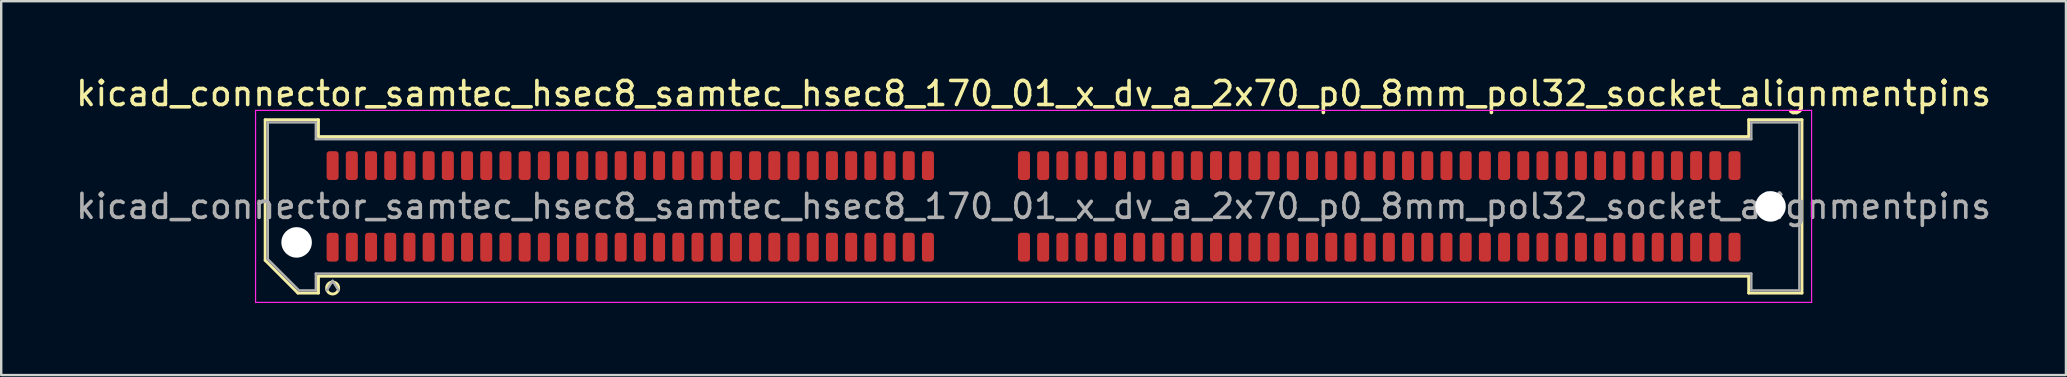
<source format=kicad_pcb>
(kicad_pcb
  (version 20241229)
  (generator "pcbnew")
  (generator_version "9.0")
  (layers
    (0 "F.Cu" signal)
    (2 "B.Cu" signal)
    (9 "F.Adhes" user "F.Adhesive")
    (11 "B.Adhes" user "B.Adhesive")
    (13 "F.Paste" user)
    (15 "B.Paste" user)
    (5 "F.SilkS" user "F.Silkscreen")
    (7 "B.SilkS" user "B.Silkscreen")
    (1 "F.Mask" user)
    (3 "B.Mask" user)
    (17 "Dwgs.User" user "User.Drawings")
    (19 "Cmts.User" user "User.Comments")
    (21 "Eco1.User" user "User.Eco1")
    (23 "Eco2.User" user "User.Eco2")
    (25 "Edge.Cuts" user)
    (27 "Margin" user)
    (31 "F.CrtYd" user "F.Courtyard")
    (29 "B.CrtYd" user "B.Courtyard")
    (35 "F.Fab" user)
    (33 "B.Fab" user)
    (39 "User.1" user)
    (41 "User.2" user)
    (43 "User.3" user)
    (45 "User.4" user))
  (footprint "kicad_connector_samtec_hsec8_samtec_hsec8_170_01_x_dv_a_2x70_p0_8mm_pol32_socket_alignmentpins"
    (layer "F.Cu")
    (at 40.006 5.548)
    (property "Reference" "kicad_connector_samtec_hsec8_samtec_hsec8_170_01_x_dv_a_2x70_p0_8mm_pol32_socket_alignmentpins" (at 0 -4.7 0) (layer "F.SilkS") (effects (font (size 1 1) (thickness 0.15))))
    (attr smd)
    (fp_line (start -32.01 -3.61) (end -29.79 -3.61) (stroke (width 0.12) (type solid)) (layer "F.SilkS"))
    (fp_line (start -32.01 2.246) (end -32.01 -3.61) (stroke (width 0.12) (type solid)) (layer "F.SilkS"))
    (fp_line (start -30.646 3.61) (end -32.01 2.246) (stroke (width 0.12) (type solid)) (layer "F.SilkS"))
    (fp_line (start -29.79 -3.61) (end -29.79 -2.91) (stroke (width 0.12) (type solid)) (layer "F.SilkS"))
    (fp_line (start -29.79 -2.91) (end 29.79 -2.91) (stroke (width 0.12) (type solid)) (layer "F.SilkS"))
    (fp_line (start -29.79 2.91) (end -29.79 3.61) (stroke (width 0.12) (type solid)) (layer "F.SilkS"))
    (fp_line (start -29.79 3.61) (end -30.646 3.61) (stroke (width 0.12) (type solid)) (layer "F.SilkS"))
    (fp_line (start 29.79 -3.61) (end 32.01 -3.61) (stroke (width 0.12) (type solid)) (layer "F.SilkS"))
    (fp_line (start 29.79 -2.91) (end 29.79 -3.61) (stroke (width 0.12) (type solid)) (layer "F.SilkS"))
    (fp_line (start 29.79 2.91) (end -29.79 2.91) (stroke (width 0.12) (type solid)) (layer "F.SilkS"))
    (fp_line (start 29.79 3.61) (end 29.79 2.91) (stroke (width 0.12) (type solid)) (layer "F.SilkS"))
    (fp_line (start 32.01 -3.61) (end 32.01 3.61) (stroke (width 0.12) (type solid)) (layer "F.SilkS"))
    (fp_line (start 32.01 3.61) (end 29.79 3.61) (stroke (width 0.12) (type solid)) (layer "F.SilkS"))
    (fp_arc (start -28.95 3.4) (mid -29.45 3.4) (end -28.95 3.4) (stroke (width 0.12) (type solid)) (layer "F.SilkS"))
    (fp_line (start -32.41 -4) (end -32.41 4) (stroke (width 0.05) (type solid)) (layer "F.CrtYd"))
    (fp_line (start -32.41 4) (end 32.41 4) (stroke (width 0.05) (type solid)) (layer "F.CrtYd"))
    (fp_line (start 32.41 -4) (end -32.41 -4) (stroke (width 0.05) (type solid)) (layer "F.CrtYd"))
    (fp_line (start 32.41 4) (end 32.41 -4) (stroke (width 0.05) (type solid)) (layer "F.CrtYd"))
    (fp_line (start -31.9 -3.5) (end -29.9 -3.5) (stroke (width 0.1) (type solid)) (layer "F.Fab"))
    (fp_line (start -31.9 2.2) (end -31.9 -3.5) (stroke (width 0.1) (type solid)) (layer "F.Fab"))
    (fp_line (start -30.6 3.5) (end -31.9 2.2) (stroke (width 0.1) (type solid)) (layer "F.Fab"))
    (fp_line (start -29.9 -3.5) (end -29.9 -2.8) (stroke (width 0.1) (type solid)) (layer "F.Fab"))
    (fp_line (start -29.9 -2.8) (end 29.9 -2.8) (stroke (width 0.1) (type solid)) (layer "F.Fab"))
    (fp_line (start -29.9 2.8) (end -29.9 3.5) (stroke (width 0.1) (type solid)) (layer "F.Fab"))
    (fp_line (start -29.9 3.5) (end -30.6 3.5) (stroke (width 0.1) (type solid)) (layer "F.Fab"))
    (fp_line (start -29.2 3.1) (end -29.45 3.5) (stroke (width 0.1) (type solid)) (layer "F.Fab"))
    (fp_line (start -29.2 3.1) (end -28.95 3.5) (stroke (width 0.1) (type solid)) (layer "F.Fab"))
    (fp_line (start 29.9 -3.5) (end 31.9 -3.5) (stroke (width 0.1) (type solid)) (layer "F.Fab"))
    (fp_line (start 29.9 -2.8) (end 29.9 -3.5) (stroke (width 0.1) (type solid)) (layer "F.Fab"))
    (fp_line (start 29.9 2.8) (end -29.9 2.8) (stroke (width 0.1) (type solid)) (layer "F.Fab"))
    (fp_line (start 29.9 3.5) (end 29.9 2.8) (stroke (width 0.1) (type solid)) (layer "F.Fab"))
    (fp_line (start 31.9 -3.5) (end 31.9 3.5) (stroke (width 0.1) (type solid)) (layer "F.Fab"))
    (fp_line (start 31.9 3.5) (end 29.9 3.5) (stroke (width 0.1) (type solid)) (layer "F.Fab"))
    (fp_text user "${REFERENCE}" (at 0 0 0) (layer "F.Fab") (effects (font (size 1 1) (thickness 0.15))))
    (pad "" np_thru_hole circle (at -30.7 1.5) (size 1.27 1.27) (drill 1.27) (layers "*.Cu" "*.Mask"))
    (pad "" np_thru_hole circle (at 30.7 0) (size 1.27 1.27) (drill 1.27) (layers "*.Cu" "*.Mask"))
    (pad "1" smd roundrect (at -29.2 1.7) (size 0.5 1.2) (layers "F.Cu" "F.Mask" "F.Paste") (roundrect_rratio 0.25))
    (pad "2" smd roundrect (at -29.2 -1.7) (size 0.5 1.2) (layers "F.Cu" "F.Mask" "F.Paste") (roundrect_rratio 0.25))
    (pad "3" smd roundrect (at -28.4 1.7) (size 0.5 1.2) (layers "F.Cu" "F.Mask" "F.Paste") (roundrect_rratio 0.25))
    (pad "4" smd roundrect (at -28.4 -1.7) (size 0.5 1.2) (layers "F.Cu" "F.Mask" "F.Paste") (roundrect_rratio 0.25))
    (pad "5" smd roundrect (at -27.6 1.7) (size 0.5 1.2) (layers "F.Cu" "F.Mask" "F.Paste") (roundrect_rratio 0.25))
    (pad "6" smd roundrect (at -27.6 -1.7) (size 0.5 1.2) (layers "F.Cu" "F.Mask" "F.Paste") (roundrect_rratio 0.25))
    (pad "7" smd roundrect (at -26.8 1.7) (size 0.5 1.2) (layers "F.Cu" "F.Mask" "F.Paste") (roundrect_rratio 0.25))
    (pad "8" smd roundrect (at -26.8 -1.7) (size 0.5 1.2) (layers "F.Cu" "F.Mask" "F.Paste") (roundrect_rratio 0.25))
    (pad "9" smd roundrect (at -26 1.7) (size 0.5 1.2) (layers "F.Cu" "F.Mask" "F.Paste") (roundrect_rratio 0.25))
    (pad "10" smd roundrect (at -26 -1.7) (size 0.5 1.2) (layers "F.Cu" "F.Mask" "F.Paste") (roundrect_rratio 0.25))
    (pad "11" smd roundrect (at -25.2 1.7) (size 0.5 1.2) (layers "F.Cu" "F.Mask" "F.Paste") (roundrect_rratio 0.25))
    (pad "12" smd roundrect (at -25.2 -1.7) (size 0.5 1.2) (layers "F.Cu" "F.Mask" "F.Paste") (roundrect_rratio 0.25))
    (pad "13" smd roundrect (at -24.4 1.7) (size 0.5 1.2) (layers "F.Cu" "F.Mask" "F.Paste") (roundrect_rratio 0.25))
    (pad "14" smd roundrect (at -24.4 -1.7) (size 0.5 1.2) (layers "F.Cu" "F.Mask" "F.Paste") (roundrect_rratio 0.25))
    (pad "15" smd roundrect (at -23.6 1.7) (size 0.5 1.2) (layers "F.Cu" "F.Mask" "F.Paste") (roundrect_rratio 0.25))
    (pad "16" smd roundrect (at -23.6 -1.7) (size 0.5 1.2) (layers "F.Cu" "F.Mask" "F.Paste") (roundrect_rratio 0.25))
    (pad "17" smd roundrect (at -22.8 1.7) (size 0.5 1.2) (layers "F.Cu" "F.Mask" "F.Paste") (roundrect_rratio 0.25))
    (pad "18" smd roundrect (at -22.8 -1.7) (size 0.5 1.2) (layers "F.Cu" "F.Mask" "F.Paste") (roundrect_rratio 0.25))
    (pad "19" smd roundrect (at -22 1.7) (size 0.5 1.2) (layers "F.Cu" "F.Mask" "F.Paste") (roundrect_rratio 0.25))
    (pad "20" smd roundrect (at -22 -1.7) (size 0.5 1.2) (layers "F.Cu" "F.Mask" "F.Paste") (roundrect_rratio 0.25))
    (pad "21" smd roundrect (at -21.2 1.7) (size 0.5 1.2) (layers "F.Cu" "F.Mask" "F.Paste") (roundrect_rratio 0.25))
    (pad "22" smd roundrect (at -21.2 -1.7) (size 0.5 1.2) (layers "F.Cu" "F.Mask" "F.Paste") (roundrect_rratio 0.25))
    (pad "23" smd roundrect (at -20.4 1.7) (size 0.5 1.2) (layers "F.Cu" "F.Mask" "F.Paste") (roundrect_rratio 0.25))
    (pad "24" smd roundrect (at -20.4 -1.7) (size 0.5 1.2) (layers "F.Cu" "F.Mask" "F.Paste") (roundrect_rratio 0.25))
    (pad "25" smd roundrect (at -19.6 1.7) (size 0.5 1.2) (layers "F.Cu" "F.Mask" "F.Paste") (roundrect_rratio 0.25))
    (pad "26" smd roundrect (at -19.6 -1.7) (size 0.5 1.2) (layers "F.Cu" "F.Mask" "F.Paste") (roundrect_rratio 0.25))
    (pad "27" smd roundrect (at -18.8 1.7) (size 0.5 1.2) (layers "F.Cu" "F.Mask" "F.Paste") (roundrect_rratio 0.25))
    (pad "28" smd roundrect (at -18.8 -1.7) (size 0.5 1.2) (layers "F.Cu" "F.Mask" "F.Paste") (roundrect_rratio 0.25))
    (pad "29" smd roundrect (at -18 1.7) (size 0.5 1.2) (layers "F.Cu" "F.Mask" "F.Paste") (roundrect_rratio 0.25))
    (pad "30" smd roundrect (at -18 -1.7) (size 0.5 1.2) (layers "F.Cu" "F.Mask" "F.Paste") (roundrect_rratio 0.25))
    (pad "31" smd roundrect (at -17.2 1.7) (size 0.5 1.2) (layers "F.Cu" "F.Mask" "F.Paste") (roundrect_rratio 0.25))
    (pad "32" smd roundrect (at -17.2 -1.7) (size 0.5 1.2) (layers "F.Cu" "F.Mask" "F.Paste") (roundrect_rratio 0.25))
    (pad "33" smd roundrect (at -16.4 1.7) (size 0.5 1.2) (layers "F.Cu" "F.Mask" "F.Paste") (roundrect_rratio 0.25))
    (pad "34" smd roundrect (at -16.4 -1.7) (size 0.5 1.2) (layers "F.Cu" "F.Mask" "F.Paste") (roundrect_rratio 0.25))
    (pad "35" smd roundrect (at -15.6 1.7) (size 0.5 1.2) (layers "F.Cu" "F.Mask" "F.Paste") (roundrect_rratio 0.25))
    (pad "36" smd roundrect (at -15.6 -1.7) (size 0.5 1.2) (layers "F.Cu" "F.Mask" "F.Paste") (roundrect_rratio 0.25))
    (pad "37" smd roundrect (at -14.8 1.7) (size 0.5 1.2) (layers "F.Cu" "F.Mask" "F.Paste") (roundrect_rratio 0.25))
    (pad "38" smd roundrect (at -14.8 -1.7) (size 0.5 1.2) (layers "F.Cu" "F.Mask" "F.Paste") (roundrect_rratio 0.25))
    (pad "39" smd roundrect (at -14 1.7) (size 0.5 1.2) (layers "F.Cu" "F.Mask" "F.Paste") (roundrect_rratio 0.25))
    (pad "40" smd roundrect (at -14 -1.7) (size 0.5 1.2) (layers "F.Cu" "F.Mask" "F.Paste") (roundrect_rratio 0.25))
    (pad "41" smd roundrect (at -13.2 1.7) (size 0.5 1.2) (layers "F.Cu" "F.Mask" "F.Paste") (roundrect_rratio 0.25))
    (pad "42" smd roundrect (at -13.2 -1.7) (size 0.5 1.2) (layers "F.Cu" "F.Mask" "F.Paste") (roundrect_rratio 0.25))
    (pad "43" smd roundrect (at -12.4 1.7) (size 0.5 1.2) (layers "F.Cu" "F.Mask" "F.Paste") (roundrect_rratio 0.25))
    (pad "44" smd roundrect (at -12.4 -1.7) (size 0.5 1.2) (layers "F.Cu" "F.Mask" "F.Paste") (roundrect_rratio 0.25))
    (pad "45" smd roundrect (at -11.6 1.7) (size 0.5 1.2) (layers "F.Cu" "F.Mask" "F.Paste") (roundrect_rratio 0.25))
    (pad "46" smd roundrect (at -11.6 -1.7) (size 0.5 1.2) (layers "F.Cu" "F.Mask" "F.Paste") (roundrect_rratio 0.25))
    (pad "47" smd roundrect (at -10.8 1.7) (size 0.5 1.2) (layers "F.Cu" "F.Mask" "F.Paste") (roundrect_rratio 0.25))
    (pad "48" smd roundrect (at -10.8 -1.7) (size 0.5 1.2) (layers "F.Cu" "F.Mask" "F.Paste") (roundrect_rratio 0.25))
    (pad "49" smd roundrect (at -10 1.7) (size 0.5 1.2) (layers "F.Cu" "F.Mask" "F.Paste") (roundrect_rratio 0.25))
    (pad "50" smd roundrect (at -10 -1.7) (size 0.5 1.2) (layers "F.Cu" "F.Mask" "F.Paste") (roundrect_rratio 0.25))
    (pad "51" smd roundrect (at -9.2 1.7) (size 0.5 1.2) (layers "F.Cu" "F.Mask" "F.Paste") (roundrect_rratio 0.25))
    (pad "52" smd roundrect (at -9.2 -1.7) (size 0.5 1.2) (layers "F.Cu" "F.Mask" "F.Paste") (roundrect_rratio 0.25))
    (pad "53" smd roundrect (at -8.4 1.7) (size 0.5 1.2) (layers "F.Cu" "F.Mask" "F.Paste") (roundrect_rratio 0.25))
    (pad "54" smd roundrect (at -8.4 -1.7) (size 0.5 1.2) (layers "F.Cu" "F.Mask" "F.Paste") (roundrect_rratio 0.25))
    (pad "55" smd roundrect (at -7.6 1.7) (size 0.5 1.2) (layers "F.Cu" "F.Mask" "F.Paste") (roundrect_rratio 0.25))
    (pad "56" smd roundrect (at -7.6 -1.7) (size 0.5 1.2) (layers "F.Cu" "F.Mask" "F.Paste") (roundrect_rratio 0.25))
    (pad "57" smd roundrect (at -6.8 1.7) (size 0.5 1.2) (layers "F.Cu" "F.Mask" "F.Paste") (roundrect_rratio 0.25))
    (pad "58" smd roundrect (at -6.8 -1.7) (size 0.5 1.2) (layers "F.Cu" "F.Mask" "F.Paste") (roundrect_rratio 0.25))
    (pad "59" smd roundrect (at -6 1.7) (size 0.5 1.2) (layers "F.Cu" "F.Mask" "F.Paste") (roundrect_rratio 0.25))
    (pad "60" smd roundrect (at -6 -1.7) (size 0.5 1.2) (layers "F.Cu" "F.Mask" "F.Paste") (roundrect_rratio 0.25))
    (pad "61" smd roundrect (at -5.2 1.7) (size 0.5 1.2) (layers "F.Cu" "F.Mask" "F.Paste") (roundrect_rratio 0.25))
    (pad "62" smd roundrect (at -5.2 -1.7) (size 0.5 1.2) (layers "F.Cu" "F.Mask" "F.Paste") (roundrect_rratio 0.25))
    (pad "63" smd roundrect (at -4.4 1.7) (size 0.5 1.2) (layers "F.Cu" "F.Mask" "F.Paste") (roundrect_rratio 0.25))
    (pad "64" smd roundrect (at -4.4 -1.7) (size 0.5 1.2) (layers "F.Cu" "F.Mask" "F.Paste") (roundrect_rratio 0.25))
    (pad "65" smd roundrect (at -0.4 1.7) (size 0.5 1.2) (layers "F.Cu" "F.Mask" "F.Paste") (roundrect_rratio 0.25))
    (pad "66" smd roundrect (at -0.4 -1.7) (size 0.5 1.2) (layers "F.Cu" "F.Mask" "F.Paste") (roundrect_rratio 0.25))
    (pad "67" smd roundrect (at 0.4 1.7) (size 0.5 1.2) (layers "F.Cu" "F.Mask" "F.Paste") (roundrect_rratio 0.25))
    (pad "68" smd roundrect (at 0.4 -1.7) (size 0.5 1.2) (layers "F.Cu" "F.Mask" "F.Paste") (roundrect_rratio 0.25))
    (pad "69" smd roundrect (at 1.2 1.7) (size 0.5 1.2) (layers "F.Cu" "F.Mask" "F.Paste") (roundrect_rratio 0.25))
    (pad "70" smd roundrect (at 1.2 -1.7) (size 0.5 1.2) (layers "F.Cu" "F.Mask" "F.Paste") (roundrect_rratio 0.25))
    (pad "71" smd roundrect (at 2 1.7) (size 0.5 1.2) (layers "F.Cu" "F.Mask" "F.Paste") (roundrect_rratio 0.25))
    (pad "72" smd roundrect (at 2 -1.7) (size 0.5 1.2) (layers "F.Cu" "F.Mask" "F.Paste") (roundrect_rratio 0.25))
    (pad "73" smd roundrect (at 2.8 1.7) (size 0.5 1.2) (layers "F.Cu" "F.Mask" "F.Paste") (roundrect_rratio 0.25))
    (pad "74" smd roundrect (at 2.8 -1.7) (size 0.5 1.2) (layers "F.Cu" "F.Mask" "F.Paste") (roundrect_rratio 0.25))
    (pad "75" smd roundrect (at 3.6 1.7) (size 0.5 1.2) (layers "F.Cu" "F.Mask" "F.Paste") (roundrect_rratio 0.25))
    (pad "76" smd roundrect (at 3.6 -1.7) (size 0.5 1.2) (layers "F.Cu" "F.Mask" "F.Paste") (roundrect_rratio 0.25))
    (pad "77" smd roundrect (at 4.4 1.7) (size 0.5 1.2) (layers "F.Cu" "F.Mask" "F.Paste") (roundrect_rratio 0.25))
    (pad "78" smd roundrect (at 4.4 -1.7) (size 0.5 1.2) (layers "F.Cu" "F.Mask" "F.Paste") (roundrect_rratio 0.25))
    (pad "79" smd roundrect (at 5.2 1.7) (size 0.5 1.2) (layers "F.Cu" "F.Mask" "F.Paste") (roundrect_rratio 0.25))
    (pad "80" smd roundrect (at 5.2 -1.7) (size 0.5 1.2) (layers "F.Cu" "F.Mask" "F.Paste") (roundrect_rratio 0.25))
    (pad "81" smd roundrect (at 6 1.7) (size 0.5 1.2) (layers "F.Cu" "F.Mask" "F.Paste") (roundrect_rratio 0.25))
    (pad "82" smd roundrect (at 6 -1.7) (size 0.5 1.2) (layers "F.Cu" "F.Mask" "F.Paste") (roundrect_rratio 0.25))
    (pad "83" smd roundrect (at 6.8 1.7) (size 0.5 1.2) (layers "F.Cu" "F.Mask" "F.Paste") (roundrect_rratio 0.25))
    (pad "84" smd roundrect (at 6.8 -1.7) (size 0.5 1.2) (layers "F.Cu" "F.Mask" "F.Paste") (roundrect_rratio 0.25))
    (pad "85" smd roundrect (at 7.6 1.7) (size 0.5 1.2) (layers "F.Cu" "F.Mask" "F.Paste") (roundrect_rratio 0.25))
    (pad "86" smd roundrect (at 7.6 -1.7) (size 0.5 1.2) (layers "F.Cu" "F.Mask" "F.Paste") (roundrect_rratio 0.25))
    (pad "87" smd roundrect (at 8.4 1.7) (size 0.5 1.2) (layers "F.Cu" "F.Mask" "F.Paste") (roundrect_rratio 0.25))
    (pad "88" smd roundrect (at 8.4 -1.7) (size 0.5 1.2) (layers "F.Cu" "F.Mask" "F.Paste") (roundrect_rratio 0.25))
    (pad "89" smd roundrect (at 9.2 1.7) (size 0.5 1.2) (layers "F.Cu" "F.Mask" "F.Paste") (roundrect_rratio 0.25))
    (pad "90" smd roundrect (at 9.2 -1.7) (size 0.5 1.2) (layers "F.Cu" "F.Mask" "F.Paste") (roundrect_rratio 0.25))
    (pad "91" smd roundrect (at 10 1.7) (size 0.5 1.2) (layers "F.Cu" "F.Mask" "F.Paste") (roundrect_rratio 0.25))
    (pad "92" smd roundrect (at 10 -1.7) (size 0.5 1.2) (layers "F.Cu" "F.Mask" "F.Paste") (roundrect_rratio 0.25))
    (pad "93" smd roundrect (at 10.8 1.7) (size 0.5 1.2) (layers "F.Cu" "F.Mask" "F.Paste") (roundrect_rratio 0.25))
    (pad "94" smd roundrect (at 10.8 -1.7) (size 0.5 1.2) (layers "F.Cu" "F.Mask" "F.Paste") (roundrect_rratio 0.25))
    (pad "95" smd roundrect (at 11.6 1.7) (size 0.5 1.2) (layers "F.Cu" "F.Mask" "F.Paste") (roundrect_rratio 0.25))
    (pad "96" smd roundrect (at 11.6 -1.7) (size 0.5 1.2) (layers "F.Cu" "F.Mask" "F.Paste") (roundrect_rratio 0.25))
    (pad "97" smd roundrect (at 12.4 1.7) (size 0.5 1.2) (layers "F.Cu" "F.Mask" "F.Paste") (roundrect_rratio 0.25))
    (pad "98" smd roundrect (at 12.4 -1.7) (size 0.5 1.2) (layers "F.Cu" "F.Mask" "F.Paste") (roundrect_rratio 0.25))
    (pad "99" smd roundrect (at 13.2 1.7) (size 0.5 1.2) (layers "F.Cu" "F.Mask" "F.Paste") (roundrect_rratio 0.25))
    (pad "100" smd roundrect (at 13.2 -1.7) (size 0.5 1.2) (layers "F.Cu" "F.Mask" "F.Paste") (roundrect_rratio 0.25))
    (pad "101" smd roundrect (at 14 1.7) (size 0.5 1.2) (layers "F.Cu" "F.Mask" "F.Paste") (roundrect_rratio 0.25))
    (pad "102" smd roundrect (at 14 -1.7) (size 0.5 1.2) (layers "F.Cu" "F.Mask" "F.Paste") (roundrect_rratio 0.25))
    (pad "103" smd roundrect (at 14.8 1.7) (size 0.5 1.2) (layers "F.Cu" "F.Mask" "F.Paste") (roundrect_rratio 0.25))
    (pad "104" smd roundrect (at 14.8 -1.7) (size 0.5 1.2) (layers "F.Cu" "F.Mask" "F.Paste") (roundrect_rratio 0.25))
    (pad "105" smd roundrect (at 15.6 1.7) (size 0.5 1.2) (layers "F.Cu" "F.Mask" "F.Paste") (roundrect_rratio 0.25))
    (pad "106" smd roundrect (at 15.6 -1.7) (size 0.5 1.2) (layers "F.Cu" "F.Mask" "F.Paste") (roundrect_rratio 0.25))
    (pad "107" smd roundrect (at 16.4 1.7) (size 0.5 1.2) (layers "F.Cu" "F.Mask" "F.Paste") (roundrect_rratio 0.25))
    (pad "108" smd roundrect (at 16.4 -1.7) (size 0.5 1.2) (layers "F.Cu" "F.Mask" "F.Paste") (roundrect_rratio 0.25))
    (pad "109" smd roundrect (at 17.2 1.7) (size 0.5 1.2) (layers "F.Cu" "F.Mask" "F.Paste") (roundrect_rratio 0.25))
    (pad "110" smd roundrect (at 17.2 -1.7) (size 0.5 1.2) (layers "F.Cu" "F.Mask" "F.Paste") (roundrect_rratio 0.25))
    (pad "111" smd roundrect (at 18 1.7) (size 0.5 1.2) (layers "F.Cu" "F.Mask" "F.Paste") (roundrect_rratio 0.25))
    (pad "112" smd roundrect (at 18 -1.7) (size 0.5 1.2) (layers "F.Cu" "F.Mask" "F.Paste") (roundrect_rratio 0.25))
    (pad "113" smd roundrect (at 18.8 1.7) (size 0.5 1.2) (layers "F.Cu" "F.Mask" "F.Paste") (roundrect_rratio 0.25))
    (pad "114" smd roundrect (at 18.8 -1.7) (size 0.5 1.2) (layers "F.Cu" "F.Mask" "F.Paste") (roundrect_rratio 0.25))
    (pad "115" smd roundrect (at 19.6 1.7) (size 0.5 1.2) (layers "F.Cu" "F.Mask" "F.Paste") (roundrect_rratio 0.25))
    (pad "116" smd roundrect (at 19.6 -1.7) (size 0.5 1.2) (layers "F.Cu" "F.Mask" "F.Paste") (roundrect_rratio 0.25))
    (pad "117" smd roundrect (at 20.4 1.7) (size 0.5 1.2) (layers "F.Cu" "F.Mask" "F.Paste") (roundrect_rratio 0.25))
    (pad "118" smd roundrect (at 20.4 -1.7) (size 0.5 1.2) (layers "F.Cu" "F.Mask" "F.Paste") (roundrect_rratio 0.25))
    (pad "119" smd roundrect (at 21.2 1.7) (size 0.5 1.2) (layers "F.Cu" "F.Mask" "F.Paste") (roundrect_rratio 0.25))
    (pad "120" smd roundrect (at 21.2 -1.7) (size 0.5 1.2) (layers "F.Cu" "F.Mask" "F.Paste") (roundrect_rratio 0.25))
    (pad "121" smd roundrect (at 22 1.7) (size 0.5 1.2) (layers "F.Cu" "F.Mask" "F.Paste") (roundrect_rratio 0.25))
    (pad "122" smd roundrect (at 22 -1.7) (size 0.5 1.2) (layers "F.Cu" "F.Mask" "F.Paste") (roundrect_rratio 0.25))
    (pad "123" smd roundrect (at 22.8 1.7) (size 0.5 1.2) (layers "F.Cu" "F.Mask" "F.Paste") (roundrect_rratio 0.25))
    (pad "124" smd roundrect (at 22.8 -1.7) (size 0.5 1.2) (layers "F.Cu" "F.Mask" "F.Paste") (roundrect_rratio 0.25))
    (pad "125" smd roundrect (at 23.6 1.7) (size 0.5 1.2) (layers "F.Cu" "F.Mask" "F.Paste") (roundrect_rratio 0.25))
    (pad "126" smd roundrect (at 23.6 -1.7) (size 0.5 1.2) (layers "F.Cu" "F.Mask" "F.Paste") (roundrect_rratio 0.25))
    (pad "127" smd roundrect (at 24.4 1.7) (size 0.5 1.2) (layers "F.Cu" "F.Mask" "F.Paste") (roundrect_rratio 0.25))
    (pad "128" smd roundrect (at 24.4 -1.7) (size 0.5 1.2) (layers "F.Cu" "F.Mask" "F.Paste") (roundrect_rratio 0.25))
    (pad "129" smd roundrect (at 25.2 1.7) (size 0.5 1.2) (layers "F.Cu" "F.Mask" "F.Paste") (roundrect_rratio 0.25))
    (pad "130" smd roundrect (at 25.2 -1.7) (size 0.5 1.2) (layers "F.Cu" "F.Mask" "F.Paste") (roundrect_rratio 0.25))
    (pad "131" smd roundrect (at 26 1.7) (size 0.5 1.2) (layers "F.Cu" "F.Mask" "F.Paste") (roundrect_rratio 0.25))
    (pad "132" smd roundrect (at 26 -1.7) (size 0.5 1.2) (layers "F.Cu" "F.Mask" "F.Paste") (roundrect_rratio 0.25))
    (pad "133" smd roundrect (at 26.8 1.7) (size 0.5 1.2) (layers "F.Cu" "F.Mask" "F.Paste") (roundrect_rratio 0.25))
    (pad "134" smd roundrect (at 26.8 -1.7) (size 0.5 1.2) (layers "F.Cu" "F.Mask" "F.Paste") (roundrect_rratio 0.25))
    (pad "135" smd roundrect (at 27.6 1.7) (size 0.5 1.2) (layers "F.Cu" "F.Mask" "F.Paste") (roundrect_rratio 0.25))
    (pad "136" smd roundrect (at 27.6 -1.7) (size 0.5 1.2) (layers "F.Cu" "F.Mask" "F.Paste") (roundrect_rratio 0.25))
    (pad "137" smd roundrect (at 28.4 1.7) (size 0.5 1.2) (layers "F.Cu" "F.Mask" "F.Paste") (roundrect_rratio 0.25))
    (pad "138" smd roundrect (at 28.4 -1.7) (size 0.5 1.2) (layers "F.Cu" "F.Mask" "F.Paste") (roundrect_rratio 0.25))
    (pad "139" smd roundrect (at 29.2 1.7) (size 0.5 1.2) (layers "F.Cu" "F.Mask" "F.Paste") (roundrect_rratio 0.25))
    (pad "140" smd roundrect (at 29.2 -1.7) (size 0.5 1.2) (layers "F.Cu" "F.Mask" "F.Paste") (roundrect_rratio 0.25)))
  (gr_rect
    (start -3 -3)
    (end 83.012 12.573)
    (stroke (width 0.1) (type default))
    (fill no)
    (layer "Edge.Cuts")))
</source>
